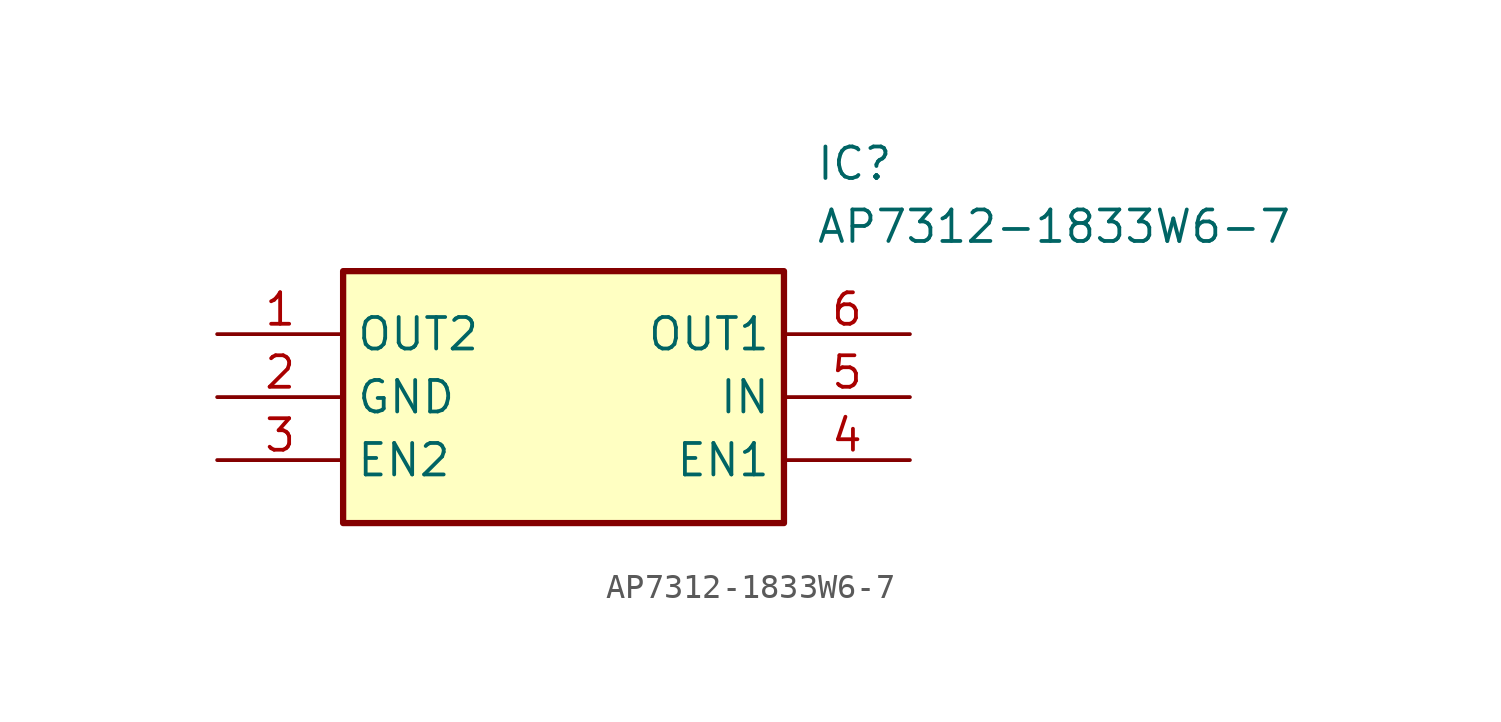
<source format=kicad_sym>
(kicad_symbol_lib
  (version 20211014)
  (generator SamacSys_ECAD_Model)
  (symbol "AP7312-1833W6-7"
    (property "Reference" "IC"
      (at 24.13 7.62 0)
      (effects (font (size 1.27 1.27)) (justify left top)))
    (property "Value" "AP7312-1833W6-7"
      (at 24.13 5.08 0)
      (effects (font (size 1.27 1.27)) (justify left top)))
    (rectangle
      (start 5.08 2.54)
      (end 22.86 -7.62)
      (stroke (width 0.254) (type default))
      (fill (type background)))
    (pin output line
      (at 0 0 0)
      (length 5.08)
      (name "OUT2" (effects (font (size 1.27 1.27))))
      (number "1" (effects (font (size 1.27 1.27)))))
    (pin power_in line
      (at 0 -2.54 0)
      (length 5.08)
      (name "GND" (effects (font (size 1.27 1.27))))
      (number "2" (effects (font (size 1.27 1.27)))))
    (pin passive line
      (at 0 -5.08 0)
      (length 5.08)
      (name "EN2" (effects (font (size 1.27 1.27))))
      (number "3" (effects (font (size 1.27 1.27)))))
    (pin output line
      (at 27.94 0 180)
      (length 5.08)
      (name "OUT1" (effects (font (size 1.27 1.27))))
      (number "6" (effects (font (size 1.27 1.27)))))
    (pin input line
      (at 27.94 -2.54 180)
      (length 5.08)
      (name "IN" (effects (font (size 1.27 1.27))))
      (number "5" (effects (font (size 1.27 1.27)))))
    (pin passive line
      (at 27.94 -5.08 180)
      (length 5.08)
      (name "EN1" (effects (font (size 1.27 1.27))))
      (number "4" (effects (font (size 1.27 1.27)))))))
</source>
